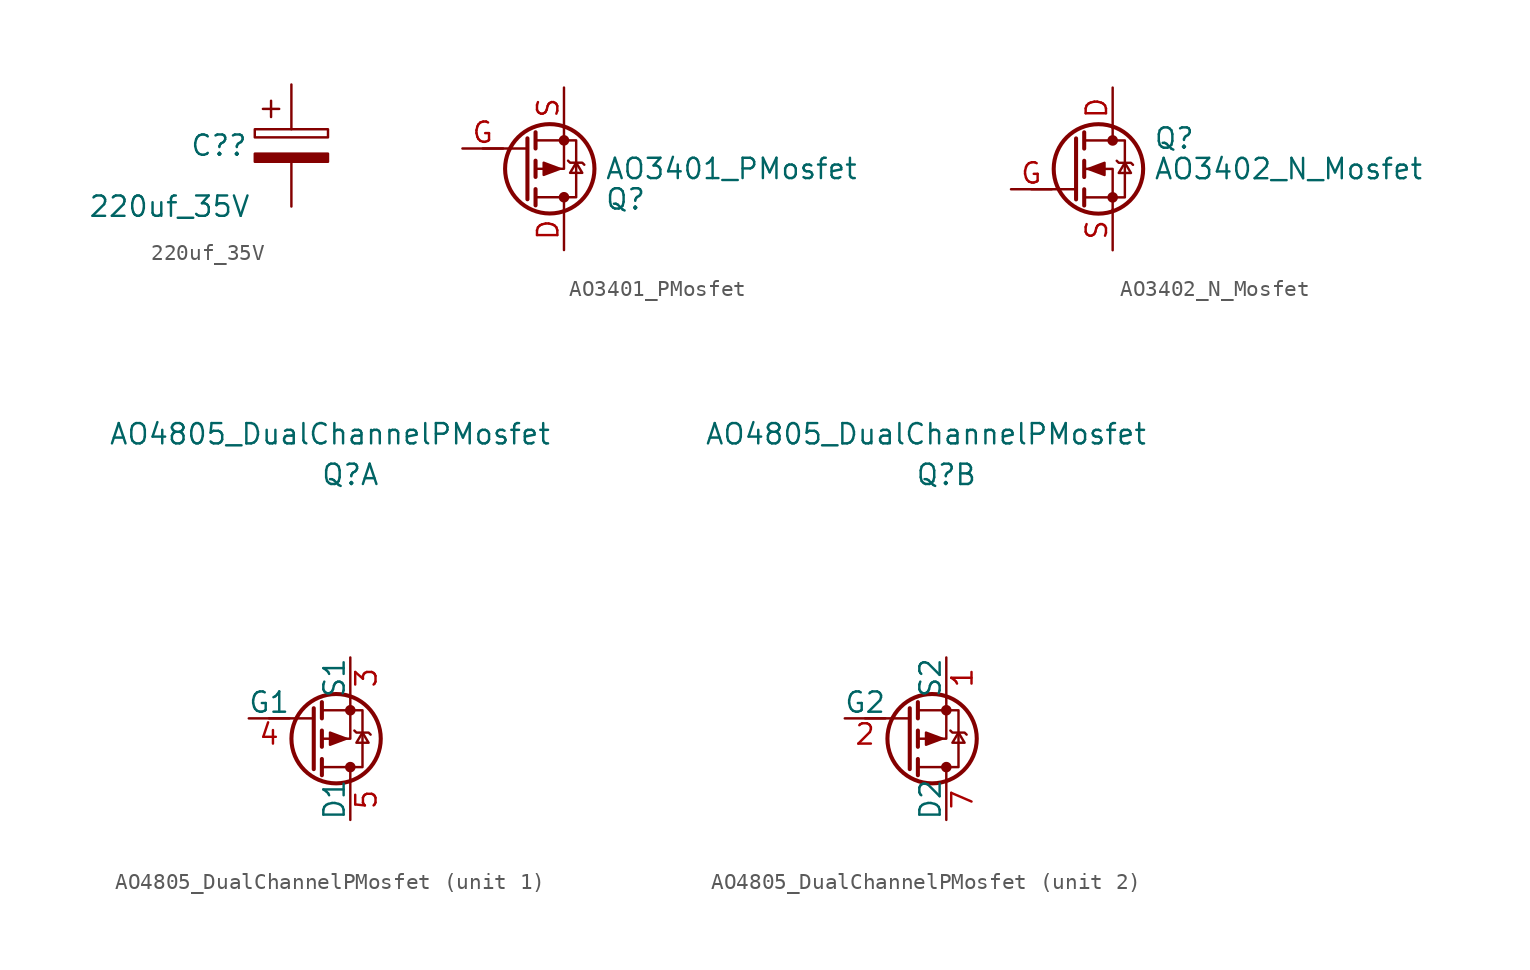
<source format=kicad_sym>
(kicad_symbol_lib
  (version 20211014)
  (generator kicad_symbol_editor)
  (symbol "220uf_35V"
    (pin_numbers hide)
    (pin_names
      (offset 0.254))
    (property "Reference" "C?"
      (at -6.35 0 0)
      (effects (font (size 1.27 1.27)) (justify left)))
    (property "Value" "220uf_35V"
      (at -12.7 -3.81 0)
      (effects (font (size 1.27 1.27)) (justify left)))
    (symbol "220uf_35V_0_1"
      (rectangle (start -2.286 0.508) (end 2.286 1.016) (stroke (width 0) (type default) (color 0 0 0 0)) (fill (type none)))
      (polyline (pts (xy -1.778 2.286) (xy -0.762 2.286)) (stroke (width 0) (type default) (color 0 0 0 0)) (fill (type none)))
      (polyline (pts (xy -1.27 2.794) (xy -1.27 1.778)) (stroke (width 0) (type default) (color 0 0 0 0)) (fill (type none)))
      (rectangle (start 2.286 -0.508) (end -2.286 -1.016) (stroke (width 0) (type default) (color 0 0 0 0)) (fill (type outline))))
    (symbol "220uf_35V_1_1"
      (pin passive line (at 0 3.81 270) (length 2.794) (name "~" (effects (font (size 1.27 1.27)))) (number "1" (effects (font (size 1.27 1.27)))))
      (pin passive line (at 0 -3.81 90) (length 2.794) (name "~" (effects (font (size 1.27 1.27)))) (number "2" (effects (font (size 1.27 1.27)))))))
  (symbol "AO3401_PMosfet"
    (pin_names hide)
    (property "Reference" "Q"
      (at 3.81 -1.905 0)
      (effects (font (size 1.27 1.27)) (justify left)))
    (property "Value" "AO3401_PMosfet"
      (at 3.81 0 0)
      (effects (font (size 1.27 1.27)) (justify left)))
    (symbol "AO3401_PMosfet_0_1"
      (polyline (pts (xy -1.016 -1.905) (xy -1.016 1.905)) (stroke (width 0.254) (type default) (color 0 0 0 0)) (fill (type none)))
      (polyline (pts (xy -1.016 1.27) (xy -3.81 1.27)) (stroke (width 0) (type default) (color 0 0 0 0)) (fill (type none)))
      (polyline (pts (xy -0.508 -2.286) (xy -0.508 -1.27)) (stroke (width 0.254) (type default) (color 0 0 0 0)) (fill (type none)))
      (polyline (pts (xy -0.508 -0.508) (xy -0.508 0.508)) (stroke (width 0.254) (type default) (color 0 0 0 0)) (fill (type none)))
      (polyline (pts (xy -0.508 1.27) (xy -0.508 2.286)) (stroke (width 0.254) (type default) (color 0 0 0 0)) (fill (type none)))
      (polyline (pts (xy 1.27 -2.54) (xy 1.27 -1.778)) (stroke (width 0) (type default) (color 0 0 0 0)) (fill (type none)))
      (polyline (pts (xy 1.27 2.54) (xy 1.27 0) (xy -0.508 0)) (stroke (width 0) (type default) (color 0 0 0 0)) (fill (type none)))
      (polyline (pts (xy -0.508 -1.778) (xy 2.032 -1.778) (xy 2.032 1.778) (xy -0.508 1.778)) (stroke (width 0) (type default) (color 0 0 0 0)) (fill (type none)))
      (polyline (pts (xy 1.016 0) (xy 0 -0.381) (xy 0 0.381) (xy 1.016 0)) (stroke (width 0) (type default) (color 0 0 0 0)) (fill (type outline)))
      (polyline (pts (xy 1.524 0.508) (xy 1.651 0.381) (xy 2.413 0.381) (xy 2.54 0.254)) (stroke (width 0) (type default) (color 0 0 0 0)) (fill (type none)))
      (polyline (pts (xy 2.032 0.381) (xy 1.651 -0.254) (xy 2.413 -0.254) (xy 2.032 0.381)) (stroke (width 0) (type default) (color 0 0 0 0)) (fill (type none)))
      (circle (center 0.381 0) (radius 2.794) (stroke (width 0.254) (type default) (color 0 0 0 0)) (fill (type none)))
      (circle (center 1.27 -1.778) (radius 0.254) (stroke (width 0) (type default) (color 0 0 0 0)) (fill (type outline)))
      (circle (center 1.27 1.778) (radius 0.254) (stroke (width 0) (type default) (color 0 0 0 0)) (fill (type outline))))
    (symbol "AO3401_PMosfet_1_1"
      (pin passive line (at 1.27 -5.08 90) (length 2.54) (name "D" (effects (font (size 1.27 1.27)))) (number "D" (effects (font (size 1.27 1.27)))))
      (pin input line (at -5.08 1.27 0) (length 2.54) (name "G" (effects (font (size 1.27 1.27)))) (number "G" (effects (font (size 1.27 1.27)))))
      (pin passive line (at 1.27 5.08 270) (length 2.54) (name "S" (effects (font (size 1.27 1.27)))) (number "S" (effects (font (size 1.27 1.27)))))))
  (symbol "AO3402_N_Mosfet"
    (pin_names hide)
    (property "Reference" "Q"
      (at 5.08 1.905 0)
      (effects (font (size 1.27 1.27)) (justify left)))
    (property "Value" "AO3402_N_Mosfet"
      (at 5.08 0 0)
      (effects (font (size 1.27 1.27)) (justify left)))
    (symbol "AO3402_N_Mosfet_0_1"
      (polyline (pts (xy 0.254 -1.27) (xy -2.54 -1.27)) (stroke (width 0) (type default) (color 0 0 0 0)) (fill (type none)))
      (polyline (pts (xy 0.254 1.905) (xy 0.254 -1.905)) (stroke (width 0.254) (type default) (color 0 0 0 0)) (fill (type none)))
      (polyline (pts (xy 0.762 -1.27) (xy 0.762 -2.286)) (stroke (width 0.254) (type default) (color 0 0 0 0)) (fill (type none)))
      (polyline (pts (xy 0.762 0.508) (xy 0.762 -0.508)) (stroke (width 0.254) (type default) (color 0 0 0 0)) (fill (type none)))
      (polyline (pts (xy 0.762 2.286) (xy 0.762 1.27)) (stroke (width 0.254) (type default) (color 0 0 0 0)) (fill (type none)))
      (polyline (pts (xy 2.54 2.54) (xy 2.54 1.778)) (stroke (width 0) (type default) (color 0 0 0 0)) (fill (type none)))
      (polyline (pts (xy 2.54 -2.54) (xy 2.54 0) (xy 0.762 0)) (stroke (width 0) (type default) (color 0 0 0 0)) (fill (type none)))
      (polyline (pts (xy 0.762 -1.778) (xy 3.302 -1.778) (xy 3.302 1.778) (xy 0.762 1.778)) (stroke (width 0) (type default) (color 0 0 0 0)) (fill (type none)))
      (polyline (pts (xy 1.016 0) (xy 2.032 0.381) (xy 2.032 -0.381) (xy 1.016 0)) (stroke (width 0) (type default) (color 0 0 0 0)) (fill (type outline)))
      (polyline (pts (xy 2.794 0.508) (xy 2.921 0.381) (xy 3.683 0.381) (xy 3.81 0.254)) (stroke (width 0) (type default) (color 0 0 0 0)) (fill (type none)))
      (polyline (pts (xy 3.302 0.381) (xy 2.921 -0.254) (xy 3.683 -0.254) (xy 3.302 0.381)) (stroke (width 0) (type default) (color 0 0 0 0)) (fill (type none)))
      (circle (center 1.651 0) (radius 2.794) (stroke (width 0.254) (type default) (color 0 0 0 0)) (fill (type none)))
      (circle (center 2.54 -1.778) (radius 0.254) (stroke (width 0) (type default) (color 0 0 0 0)) (fill (type outline)))
      (circle (center 2.54 1.778) (radius 0.254) (stroke (width 0) (type default) (color 0 0 0 0)) (fill (type outline))))
    (symbol "AO3402_N_Mosfet_1_1"
      (pin passive line (at 2.54 5.08 270) (length 2.54) (name "D" (effects (font (size 1.27 1.27)))) (number "D" (effects (font (size 1.27 1.27)))))
      (pin input line (at -3.81 -1.27 0) (length 2.54) (name "G" (effects (font (size 1.27 1.27)))) (number "G" (effects (font (size 1.27 1.27)))))
      (pin passive line (at 2.54 -5.08 90) (length 2.54) (name "S" (effects (font (size 1.27 1.27)))) (number "S" (effects (font (size 1.27 1.27)))))))
  (symbol "AO4805_DualChannelPMosfet"
    (pin_names
      (offset 0))
    (property "Reference" "Q"
      (at 0 3.81 0)
      (effects (font (size 1.27 1.27))))
    (property "Value" "AO4805_DualChannelPMosfet"
      (at -1.27 6.35 0)
      (effects (font (size 1.27 1.27))))
    (symbol "AO4805_DualChannelPMosfet_1_1"
      (circle (center -0.889 -12.7) (radius 2.794) (stroke (width 0.254) (type default) (color 0 0 0 0)) (fill (type none)))
      (circle (center 0 -14.478) (radius 0.254) (stroke (width 0) (type default) (color 0 0 0 0)) (fill (type outline)))
      (circle (center 0 -10.922) (radius 0.254) (stroke (width 0) (type default) (color 0 0 0 0)) (fill (type outline)))
      (polyline (pts (xy -2.286 -14.605) (xy -2.286 -10.795)) (stroke (width 0.254) (type default) (color 0 0 0 0)) (fill (type none)))
      (polyline (pts (xy -2.286 -11.43) (xy -5.08 -11.43)) (stroke (width 0) (type default) (color 0 0 0 0)) (fill (type none)))
      (polyline (pts (xy -1.778 -14.986) (xy -1.778 -13.97)) (stroke (width 0.254) (type default) (color 0 0 0 0)) (fill (type none)))
      (polyline (pts (xy -1.778 -13.208) (xy -1.778 -12.192)) (stroke (width 0.254) (type default) (color 0 0 0 0)) (fill (type none)))
      (polyline (pts (xy -1.778 -11.43) (xy -1.778 -10.414)) (stroke (width 0.254) (type default) (color 0 0 0 0)) (fill (type none)))
      (polyline (pts (xy 0 -15.24) (xy 0 -14.478)) (stroke (width 0) (type default) (color 0 0 0 0)) (fill (type none)))
      (polyline (pts (xy 0 -10.16) (xy 0 -12.7) (xy -1.778 -12.7)) (stroke (width 0) (type default) (color 0 0 0 0)) (fill (type none)))
      (polyline (pts (xy -1.778 -14.478) (xy 0.762 -14.478) (xy 0.762 -10.922) (xy -1.778 -10.922)) (stroke (width 0) (type default) (color 0 0 0 0)) (fill (type none)))
      (polyline (pts (xy -0.254 -12.7) (xy -1.27 -13.081) (xy -1.27 -12.319) (xy -0.254 -12.7)) (stroke (width 0) (type default) (color 0 0 0 0)) (fill (type outline)))
      (polyline (pts (xy 0.254 -12.192) (xy 0.381 -12.319) (xy 1.143 -12.319) (xy 1.27 -12.446)) (stroke (width 0) (type default) (color 0 0 0 0)) (fill (type none)))
      (polyline (pts (xy 0.762 -12.319) (xy 0.381 -12.954) (xy 1.143 -12.954) (xy 0.762 -12.319)) (stroke (width 0) (type default) (color 0 0 0 0)) (fill (type none)))
      (pin passive line (at 0 -7.62 270) (length 2.54) (name "S1" (effects (font (size 1.27 1.27)))) (number "3" (effects (font (size 1.27 1.27)))))
      (pin input line (at -6.35 -11.43 0) (length 2.54) (name "G1" (effects (font (size 1.27 1.27)))) (number "4" (effects (font (size 1.27 1.27)))))
      (pin passive line (at 0 -17.78 90) (length 2.54) (name "D1" (effects (font (size 1.27 1.27)))) (number "5" (effects (font (size 1.27 1.27)))))
      (pin passive line (at 0 -17.78 90) (length 2.54) hide (name "D1" (effects (font (size 1.27 1.27)))) (number "6" (effects (font (size 1.27 1.27))))))
    (symbol "AO4805_DualChannelPMosfet_2_1"
      (circle (center -0.889 -12.7) (radius 2.794) (stroke (width 0.254) (type default) (color 0 0 0 0)) (fill (type none)))
      (circle (center 0 -14.478) (radius 0.254) (stroke (width 0) (type default) (color 0 0 0 0)) (fill (type outline)))
      (circle (center 0 -10.922) (radius 0.254) (stroke (width 0) (type default) (color 0 0 0 0)) (fill (type outline)))
      (polyline (pts (xy -2.286 -14.605) (xy -2.286 -10.795)) (stroke (width 0.254) (type default) (color 0 0 0 0)) (fill (type none)))
      (polyline (pts (xy -2.286 -11.43) (xy -5.08 -11.43)) (stroke (width 0) (type default) (color 0 0 0 0)) (fill (type none)))
      (polyline (pts (xy -1.778 -14.986) (xy -1.778 -13.97)) (stroke (width 0.254) (type default) (color 0 0 0 0)) (fill (type none)))
      (polyline (pts (xy -1.778 -13.208) (xy -1.778 -12.192)) (stroke (width 0.254) (type default) (color 0 0 0 0)) (fill (type none)))
      (polyline (pts (xy -1.778 -11.43) (xy -1.778 -10.414)) (stroke (width 0.254) (type default) (color 0 0 0 0)) (fill (type none)))
      (polyline (pts (xy 0 -15.24) (xy 0 -14.478)) (stroke (width 0) (type default) (color 0 0 0 0)) (fill (type none)))
      (polyline (pts (xy 0 -10.16) (xy 0 -12.7) (xy -1.778 -12.7)) (stroke (width 0) (type default) (color 0 0 0 0)) (fill (type none)))
      (polyline (pts (xy -1.778 -14.478) (xy 0.762 -14.478) (xy 0.762 -10.922) (xy -1.778 -10.922)) (stroke (width 0) (type default) (color 0 0 0 0)) (fill (type none)))
      (polyline (pts (xy -0.254 -12.7) (xy -1.27 -13.081) (xy -1.27 -12.319) (xy -0.254 -12.7)) (stroke (width 0) (type default) (color 0 0 0 0)) (fill (type outline)))
      (polyline (pts (xy 0.254 -12.192) (xy 0.381 -12.319) (xy 1.143 -12.319) (xy 1.27 -12.446)) (stroke (width 0) (type default) (color 0 0 0 0)) (fill (type none)))
      (polyline (pts (xy 0.762 -12.319) (xy 0.381 -12.954) (xy 1.143 -12.954) (xy 0.762 -12.319)) (stroke (width 0) (type default) (color 0 0 0 0)) (fill (type none)))
      (pin passive line (at 0 -7.62 270) (length 2.54) (name "S2" (effects (font (size 1.27 1.27)))) (number "1" (effects (font (size 1.27 1.27)))))
      (pin input line (at -6.35 -11.43 0) (length 2.54) (name "G2" (effects (font (size 1.27 1.27)))) (number "2" (effects (font (size 1.27 1.27)))))
      (pin passive line (at 0 -17.78 90) (length 2.54) (name "D2" (effects (font (size 1.27 1.27)))) (number "7" (effects (font (size 1.27 1.27)))))
      (pin passive line (at 0 -17.78 90) (length 2.54) hide (name "D2" (effects (font (size 1.27 1.27)))) (number "8" (effects (font (size 1.27 1.27))))))))
</source>
